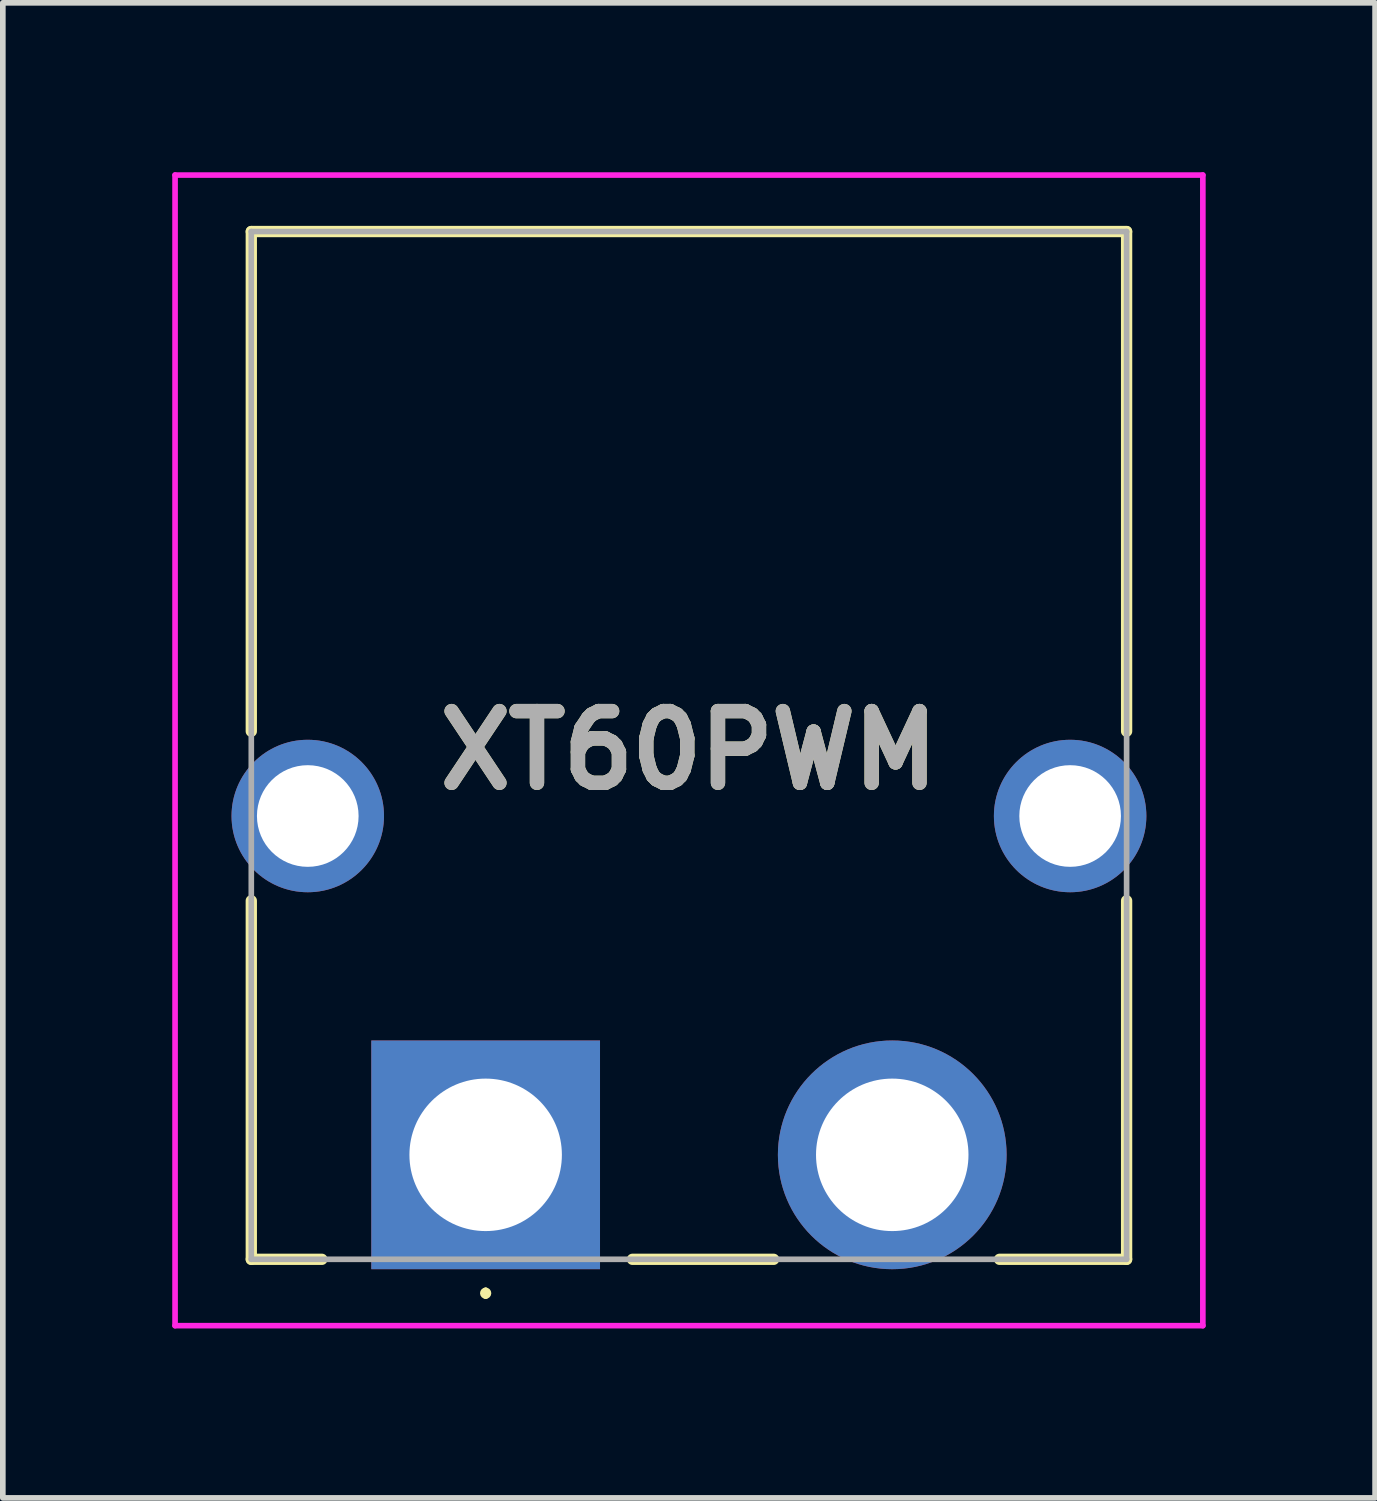
<source format=kicad_pcb>
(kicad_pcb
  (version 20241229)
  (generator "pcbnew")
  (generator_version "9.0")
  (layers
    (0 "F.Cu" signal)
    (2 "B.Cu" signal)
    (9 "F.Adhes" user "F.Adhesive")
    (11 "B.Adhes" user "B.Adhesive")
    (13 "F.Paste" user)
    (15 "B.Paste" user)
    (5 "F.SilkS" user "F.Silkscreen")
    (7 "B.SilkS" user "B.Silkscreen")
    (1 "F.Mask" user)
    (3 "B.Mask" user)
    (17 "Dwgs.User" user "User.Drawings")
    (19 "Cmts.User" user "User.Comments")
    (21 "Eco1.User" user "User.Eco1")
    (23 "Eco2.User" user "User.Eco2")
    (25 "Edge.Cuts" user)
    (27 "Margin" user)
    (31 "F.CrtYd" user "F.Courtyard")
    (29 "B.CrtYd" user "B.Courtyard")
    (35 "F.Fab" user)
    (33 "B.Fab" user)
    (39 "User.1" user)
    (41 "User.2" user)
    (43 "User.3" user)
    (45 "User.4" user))
  (footprint "XT60PWM"
    (layer "F.Cu")
    (at 5.55 17.4)
    (property "Reference" "XT60PWM" (at 3.6 -7.162 0) (layer "F.SilkS") (effects (font (size 1.27 1.27) (thickness 0.254))))
    (attr through_hole)
    (fp_line (start -4.15 -16.35) (end 11.35 -16.35) (stroke (width 0.2) (type solid)) (layer "F.SilkS"))
    (fp_line (start -4.15 -7.5) (end -4.15 -16.35) (stroke (width 0.2) (type solid)) (layer "F.SilkS"))
    (fp_line (start -4.15 -4.5) (end -4.15 1.85) (stroke (width 0.2) (type solid)) (layer "F.SilkS"))
    (fp_line (start -4.15 1.85) (end -2.9 1.85) (stroke (width 0.2) (type solid)) (layer "F.SilkS"))
    (fp_line (start 0 2.4) (end 0 2.4) (stroke (width 0.1) (type solid)) (layer "F.SilkS"))
    (fp_line (start 0 2.5) (end 0 2.5) (stroke (width 0.1) (type solid)) (layer "F.SilkS"))
    (fp_line (start 5.1 1.85) (end 2.6 1.85) (stroke (width 0.2) (type solid)) (layer "F.SilkS"))
    (fp_line (start 11.35 -16.35) (end 11.35 -7.5) (stroke (width 0.2) (type solid)) (layer "F.SilkS"))
    (fp_line (start 11.35 -4.5) (end 11.35 1.85) (stroke (width 0.2) (type solid)) (layer "F.SilkS"))
    (fp_line (start 11.35 1.85) (end 9.1 1.85) (stroke (width 0.2) (type solid)) (layer "F.SilkS"))
    (fp_arc (start 0 2.4) (mid 0.05 2.45) (end 0 2.5) (stroke (width 0.1) (type solid)) (layer "F.SilkS"))
    (fp_arc (start 0 2.5) (mid -0.05 2.45) (end 0 2.4) (stroke (width 0.1) (type solid)) (layer "F.SilkS"))
    (fp_line (start -5.5 -17.35) (end 12.7 -17.35) (stroke (width 0.1) (type solid)) (layer "F.CrtYd"))
    (fp_line (start -5.5 3.025) (end -5.5 -17.35) (stroke (width 0.1) (type solid)) (layer "F.CrtYd"))
    (fp_line (start 12.7 -17.35) (end 12.7 3.025) (stroke (width 0.1) (type solid)) (layer "F.CrtYd"))
    (fp_line (start 12.7 3.025) (end -5.5 3.025) (stroke (width 0.1) (type solid)) (layer "F.CrtYd"))
    (fp_line (start -4.15 -16.35) (end 11.35 -16.35) (stroke (width 0.1) (type solid)) (layer "F.Fab"))
    (fp_line (start -4.15 1.85) (end -4.15 -16.35) (stroke (width 0.1) (type solid)) (layer "F.Fab"))
    (fp_line (start 11.35 -16.35) (end 11.35 1.85) (stroke (width 0.1) (type solid)) (layer "F.Fab"))
    (fp_line (start 11.35 1.85) (end -4.15 1.85) (stroke (width 0.1) (type solid)) (layer "F.Fab"))
    (fp_text user "${REFERENCE}" (at 3.6 -7.162 0) (layer "F.Fab") (effects (font (size 1.27 1.27) (thickness 0.254))))
    (pad "1" thru_hole rect (at 0 0) (size 4.05 4.05) (drill 2.7) (layers "*.Cu" "*.Mask"))
    (pad "2" thru_hole circle (at 7.2 0) (size 4.05 4.05) (drill 2.7) (layers "*.Cu" "*.Mask"))
    (pad "3" thru_hole circle (at -3.15 -6) (size 2.7 2.7) (drill 1.8) (layers "*.Cu" "*.Mask"))
    (pad "4" thru_hole circle (at 10.35 -6) (size 2.7 2.7) (drill 1.8) (layers "*.Cu" "*.Mask")))
  (gr_rect
    (start -3 -3)
    (end 21.3 23.475)
    (stroke (width 0.1) (type default))
    (fill no)
    (layer "Edge.Cuts")))
</source>
